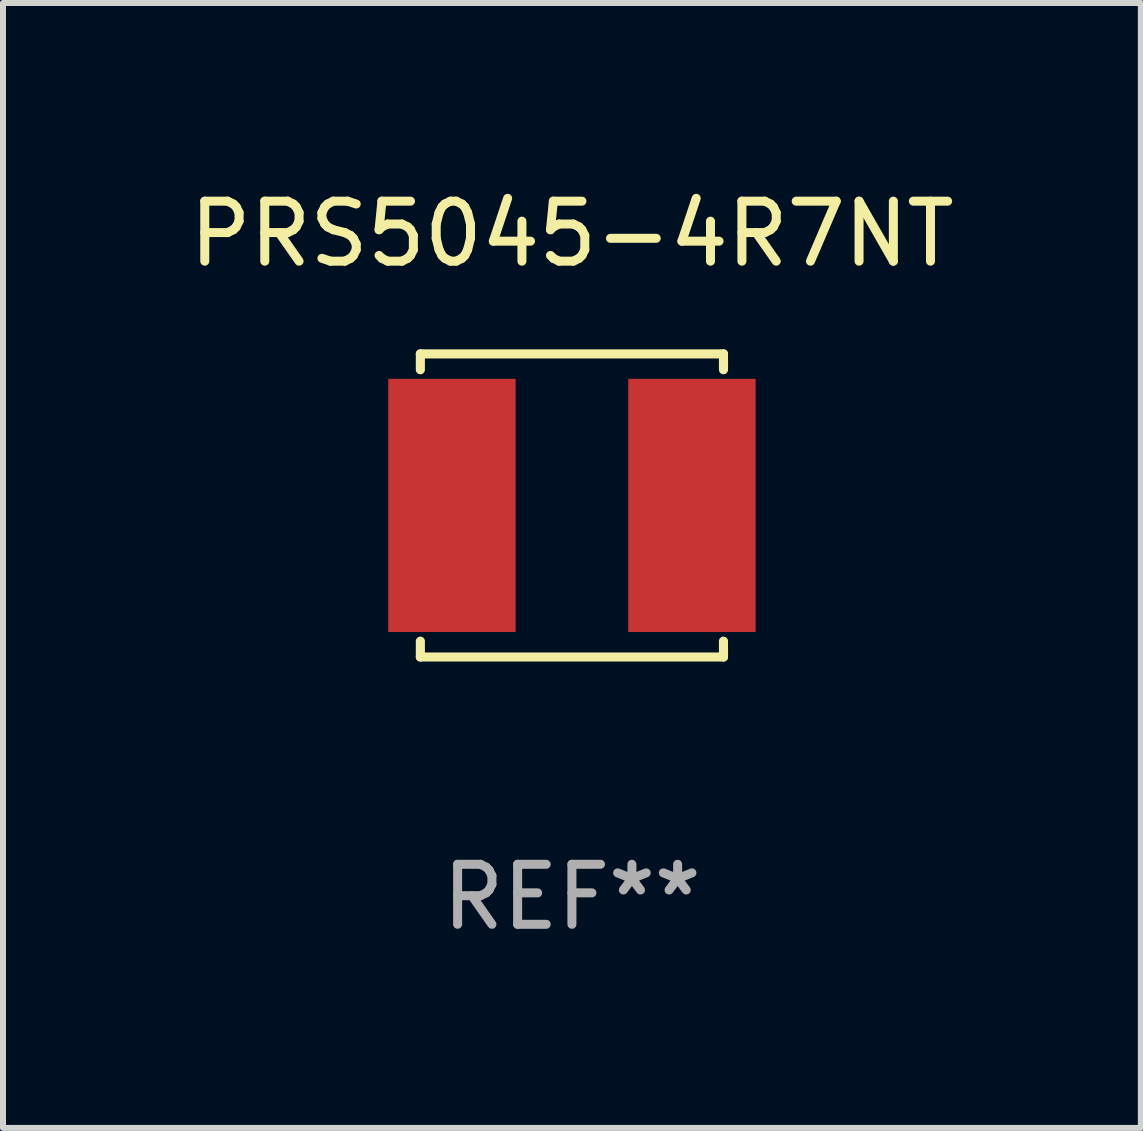
<source format=kicad_pcb>
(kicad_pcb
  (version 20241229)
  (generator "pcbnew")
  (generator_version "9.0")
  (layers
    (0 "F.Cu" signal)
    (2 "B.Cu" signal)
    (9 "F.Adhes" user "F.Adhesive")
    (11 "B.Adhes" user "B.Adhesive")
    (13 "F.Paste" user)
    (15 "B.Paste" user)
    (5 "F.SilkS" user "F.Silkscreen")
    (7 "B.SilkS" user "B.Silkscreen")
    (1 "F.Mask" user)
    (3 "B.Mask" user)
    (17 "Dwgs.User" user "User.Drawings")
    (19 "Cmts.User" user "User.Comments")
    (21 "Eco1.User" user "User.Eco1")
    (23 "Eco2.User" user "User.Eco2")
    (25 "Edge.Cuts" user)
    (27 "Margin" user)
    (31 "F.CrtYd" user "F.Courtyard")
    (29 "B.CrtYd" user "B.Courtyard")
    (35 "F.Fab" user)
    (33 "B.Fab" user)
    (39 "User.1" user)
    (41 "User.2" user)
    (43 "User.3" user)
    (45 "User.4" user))
  (footprint "PRS5045-4R7NT"
    (layer "F.Cu")
    (at 6.482 5.374)
    (property "Reference" "PRS5045-4R7NT" (at 0 -4.526 0) (layer "F.SilkS") (effects (font (size 1 1) (thickness 0.15))))
    (attr through_hole)
    (fp_line (start -2.526 -2.526) (end 2.526 -2.526) (stroke (width 0.152) (type solid)) (layer "F.SilkS"))
    (fp_line (start -2.526 -2.262) (end -2.526 -2.526) (stroke (width 0.152) (type solid)) (layer "F.SilkS"))
    (fp_line (start -2.526 2.262) (end -2.526 2.526) (stroke (width 0.152) (type solid)) (layer "F.SilkS"))
    (fp_line (start -2.526 2.526) (end 2.526 2.526) (stroke (width 0.152) (type solid)) (layer "F.SilkS"))
    (fp_line (start 2.526 -2.526) (end 2.526 -2.262) (stroke (width 0.152) (type solid)) (layer "F.SilkS"))
    (fp_line (start 2.526 2.526) (end 2.526 2.262) (stroke (width 0.152) (type solid)) (layer "F.SilkS"))
    (fp_circle (center 2.5 -2.5) (end 2.53 -2.5) (stroke (width 0.06) (type solid)) (fill no) (layer "F.SilkS"))
    (fp_text user "REF**" (at 0 6.526 0) (layer "F.Fab") (effects (font (size 1 1) (thickness 0.15))))
    (pad "1" smd rect (at 2 0) (size 2.124 4.22) (layers "F.Cu" "F.Mask" "F.Paste"))
    (pad "2" smd rect (at -2 0) (size 2.124 4.22) (layers "F.Cu" "F.Mask" "F.Paste")))
  (gr_rect
    (start -3 -3)
    (end 15.964 15.749)
    (stroke (width 0.1) (type default))
    (fill no)
    (layer "Edge.Cuts")))
</source>
